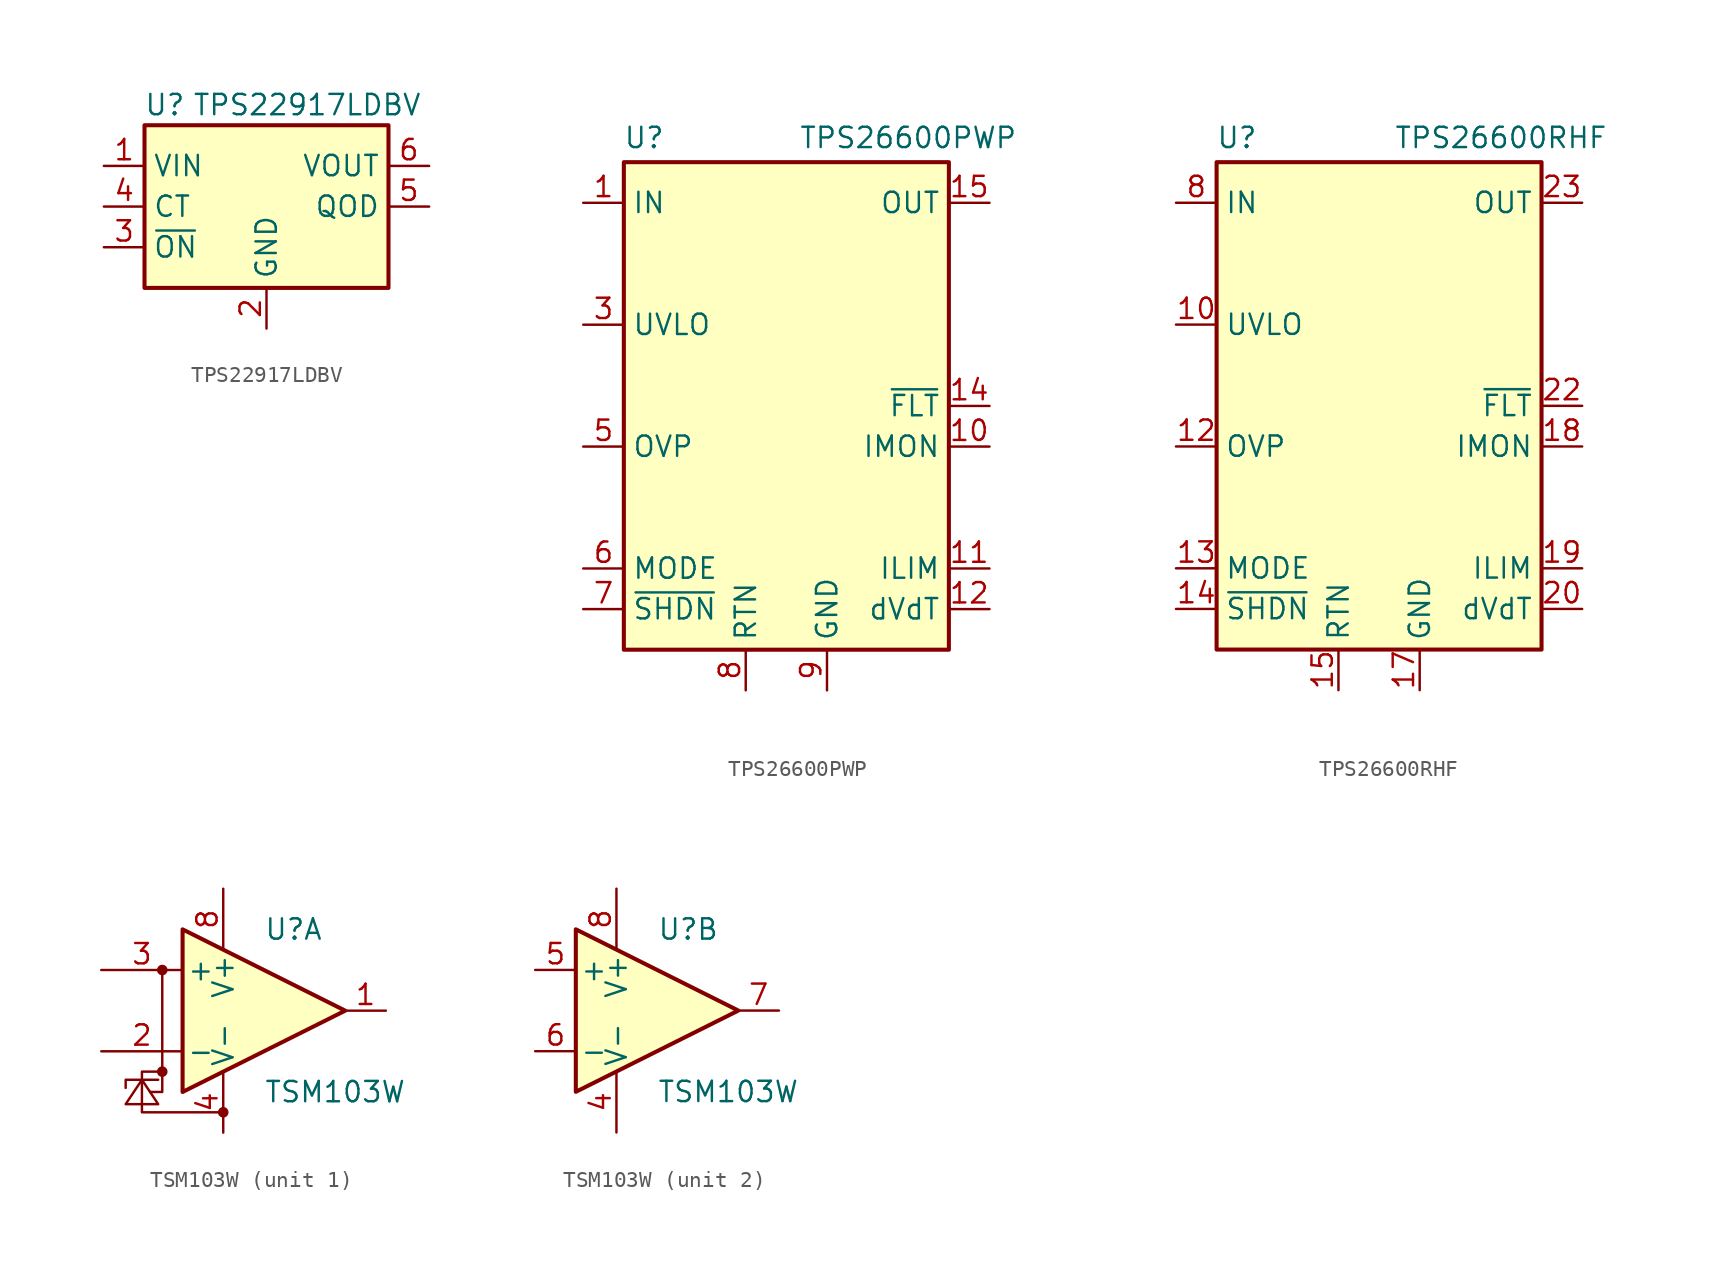
<source format=kicad_sym>
(kicad_symbol_lib
  (version 20241209)
  (generator "kicad_symbol_editor")
  (generator_version "9.0")
  (symbol "TPS22917LDBV"
    (property "Reference" "U"
      (at -6.35 6.35 0)
      (effects (font (size 1.27 1.27))))
    (property "Value" "TPS22917LDBV"
      (at 2.54 6.35 0)
      (effects (font (size 1.27 1.27))))
    (symbol "TPS22917LDBV_0_1"
      (rectangle (start -7.62 5.08) (end 7.62 -5.08) (stroke (width 0.254) (type default)) (fill (type background))))
    (symbol "TPS22917LDBV_1_1"
      (pin power_in line (at -10.16 2.54 0) (length 2.54) (name "VIN" (effects (font (size 1.27 1.27)))) (number "1" (effects (font (size 1.27 1.27)))))
      (pin output line (at -10.16 0 0) (length 2.54) (name "CT" (effects (font (size 1.27 1.27)))) (number "4" (effects (font (size 1.27 1.27)))))
      (pin input line (at -10.16 -2.54 0) (length 2.54) (name "~{ON}" (effects (font (size 1.27 1.27)))) (number "3" (effects (font (size 1.27 1.27)))))
      (pin power_in line (at 0 -7.62 90) (length 2.54) (name "GND" (effects (font (size 1.27 1.27)))) (number "2" (effects (font (size 1.27 1.27)))))
      (pin power_out line (at 10.16 2.54 180) (length 2.54) (name "VOUT" (effects (font (size 1.27 1.27)))) (number "6" (effects (font (size 1.27 1.27)))))
      (pin open_collector line (at 10.16 0 180) (length 2.54) (name "QOD" (effects (font (size 1.27 1.27)))) (number "5" (effects (font (size 1.27 1.27)))))))
  (symbol "TPS26600PWP"
    (property "Reference" "U"
      (at -8.89 16.764 0)
      (effects (font (size 1.27 1.27))))
    (property "Value" "TPS26600PWP"
      (at 7.62 16.764 0)
      (effects (font (size 1.27 1.27))))
    (symbol "TPS26600PWP_0_1"
      (rectangle (start -10.16 15.24) (end 10.16 -15.24) (stroke (width 0.254) (type default)) (fill (type background))))
    (symbol "TPS26600PWP_1_0"
      (pin no_connect line (at -10.16 0 0) (length 2.54) (hide yes) (name "NC" (effects (font (size 1.27 1.27)))) (number "4" (effects (font (size 1.27 1.27)))))
      (pin no_connect line (at 10.16 -8.89 180) (length 2.54) (hide yes) (name "NC" (effects (font (size 1.27 1.27)))) (number "13" (effects (font (size 1.27 1.27))))))
    (symbol "TPS26600PWP_1_1"
      (pin power_in line (at -12.7 12.7 0) (length 2.54) (name "IN" (effects (font (size 1.27 1.27)))) (number "1" (effects (font (size 1.27 1.27)))))
      (pin passive line (at -12.7 12.7 0) (length 2.54) (hide yes) (name "IN" (effects (font (size 1.27 1.27)))) (number "2" (effects (font (size 1.27 1.27)))))
      (pin input line (at -12.7 5.08 0) (length 2.54) (name "UVLO" (effects (font (size 1.27 1.27)))) (number "3" (effects (font (size 1.27 1.27)))))
      (pin input line (at -12.7 -2.54 0) (length 2.54) (name "OVP" (effects (font (size 1.27 1.27)))) (number "5" (effects (font (size 1.27 1.27)))))
      (pin input line (at -12.7 -10.16 0) (length 2.54) (name "MODE" (effects (font (size 1.27 1.27)))) (number "6" (effects (font (size 1.27 1.27)))))
      (pin input line (at -12.7 -12.7 0) (length 2.54) (name "~{SHDN}" (effects (font (size 1.27 1.27)))) (number "7" (effects (font (size 1.27 1.27)))))
      (pin passive line (at -2.54 -17.78 90) (length 2.54) (hide yes) (name "RTN" (effects (font (size 1.27 1.27)))) (number "17" (effects (font (size 1.27 1.27)))))
      (pin passive line (at -2.54 -17.78 90) (length 2.54) (name "RTN" (effects (font (size 1.27 1.27)))) (number "8" (effects (font (size 1.27 1.27)))))
      (pin power_in line (at 2.54 -17.78 90) (length 2.54) (name "GND" (effects (font (size 1.27 1.27)))) (number "9" (effects (font (size 1.27 1.27)))))
      (pin power_out line (at 12.7 12.7 180) (length 2.54) (name "OUT" (effects (font (size 1.27 1.27)))) (number "15" (effects (font (size 1.27 1.27)))))
      (pin passive line (at 12.7 12.7 180) (length 2.54) (hide yes) (name "OUT" (effects (font (size 1.27 1.27)))) (number "16" (effects (font (size 1.27 1.27)))))
      (pin open_collector line (at 12.7 0 180) (length 2.54) (name "~{FLT}" (effects (font (size 1.27 1.27)))) (number "14" (effects (font (size 1.27 1.27)))))
      (pin output line (at 12.7 -2.54 180) (length 2.54) (name "IMON" (effects (font (size 1.27 1.27)))) (number "10" (effects (font (size 1.27 1.27)))))
      (pin passive line (at 12.7 -10.16 180) (length 2.54) (name "ILIM" (effects (font (size 1.27 1.27)))) (number "11" (effects (font (size 1.27 1.27)))))
      (pin passive line (at 12.7 -12.7 180) (length 2.54) (name "dVdT" (effects (font (size 1.27 1.27)))) (number "12" (effects (font (size 1.27 1.27)))))))
  (symbol "TPS26600RHF"
    (property "Reference" "U"
      (at -8.89 16.764 0)
      (effects (font (size 1.27 1.27))))
    (property "Value" "TPS26600RHF"
      (at 7.62 16.764 0)
      (effects (font (size 1.27 1.27))))
    (symbol "TPS26600RHF_0_1"
      (rectangle (start -10.16 15.24) (end 10.16 -15.24) (stroke (width 0.254) (type default)) (fill (type background))))
    (symbol "TPS26600RHF_1_0"
      (pin no_connect line (at -10.16 10.16 0) (length 2.54) (hide yes) (name "NC" (effects (font (size 1.27 1.27)))) (number "5" (effects (font (size 1.27 1.27)))))
      (pin no_connect line (at -10.16 7.62 0) (length 2.54) (hide yes) (name "NC" (effects (font (size 1.27 1.27)))) (number "7" (effects (font (size 1.27 1.27)))))
      (pin no_connect line (at -10.16 2.54 0) (length 2.54) (hide yes) (name "NC" (effects (font (size 1.27 1.27)))) (number "6" (effects (font (size 1.27 1.27)))))
      (pin no_connect line (at -10.16 0 0) (length 2.54) (hide yes) (name "NC" (effects (font (size 1.27 1.27)))) (number "11" (effects (font (size 1.27 1.27)))))
      (pin no_connect line (at 0 -15.24 90) (length 2.54) (hide yes) (name "NC" (effects (font (size 1.27 1.27)))) (number "16" (effects (font (size 1.27 1.27)))))
      (pin no_connect line (at 10.16 10.16 180) (length 2.54) (hide yes) (name "NC" (effects (font (size 1.27 1.27)))) (number "1" (effects (font (size 1.27 1.27)))))
      (pin no_connect line (at 10.16 7.62 180) (length 2.54) (hide yes) (name "NC" (effects (font (size 1.27 1.27)))) (number "2" (effects (font (size 1.27 1.27)))))
      (pin no_connect line (at 10.16 5.08 180) (length 2.54) (hide yes) (name "NC" (effects (font (size 1.27 1.27)))) (number "3" (effects (font (size 1.27 1.27)))))
      (pin no_connect line (at 10.16 2.54 180) (length 2.54) (hide yes) (name "NC" (effects (font (size 1.27 1.27)))) (number "4" (effects (font (size 1.27 1.27)))))
      (pin no_connect line (at 10.16 -5.08 180) (length 2.54) (hide yes) (name "NC" (effects (font (size 1.27 1.27)))) (number "21" (effects (font (size 1.27 1.27))))))
    (symbol "TPS26600RHF_1_1"
      (pin power_in line (at -12.7 12.7 0) (length 2.54) (name "IN" (effects (font (size 1.27 1.27)))) (number "8" (effects (font (size 1.27 1.27)))))
      (pin passive line (at -12.7 12.7 0) (length 2.54) (hide yes) (name "IN" (effects (font (size 1.27 1.27)))) (number "9" (effects (font (size 1.27 1.27)))))
      (pin input line (at -12.7 5.08 0) (length 2.54) (name "UVLO" (effects (font (size 1.27 1.27)))) (number "10" (effects (font (size 1.27 1.27)))))
      (pin input line (at -12.7 -2.54 0) (length 2.54) (name "OVP" (effects (font (size 1.27 1.27)))) (number "12" (effects (font (size 1.27 1.27)))))
      (pin input line (at -12.7 -10.16 0) (length 2.54) (name "MODE" (effects (font (size 1.27 1.27)))) (number "13" (effects (font (size 1.27 1.27)))))
      (pin input line (at -12.7 -12.7 0) (length 2.54) (name "~{SHDN}" (effects (font (size 1.27 1.27)))) (number "14" (effects (font (size 1.27 1.27)))))
      (pin passive line (at -2.54 -17.78 90) (length 2.54) (name "RTN" (effects (font (size 1.27 1.27)))) (number "15" (effects (font (size 1.27 1.27)))))
      (pin passive line (at -2.54 -17.78 90) (length 2.54) (hide yes) (name "RTN" (effects (font (size 1.27 1.27)))) (number "25" (effects (font (size 1.27 1.27)))))
      (pin power_in line (at 2.54 -17.78 90) (length 2.54) (name "GND" (effects (font (size 1.27 1.27)))) (number "17" (effects (font (size 1.27 1.27)))))
      (pin power_out line (at 12.7 12.7 180) (length 2.54) (name "OUT" (effects (font (size 1.27 1.27)))) (number "23" (effects (font (size 1.27 1.27)))))
      (pin passive line (at 12.7 12.7 180) (length 2.54) (hide yes) (name "OUT" (effects (font (size 1.27 1.27)))) (number "24" (effects (font (size 1.27 1.27)))))
      (pin open_collector line (at 12.7 0 180) (length 2.54) (name "~{FLT}" (effects (font (size 1.27 1.27)))) (number "22" (effects (font (size 1.27 1.27)))))
      (pin output line (at 12.7 -2.54 180) (length 2.54) (name "IMON" (effects (font (size 1.27 1.27)))) (number "18" (effects (font (size 1.27 1.27)))))
      (pin passive line (at 12.7 -10.16 180) (length 2.54) (name "ILIM" (effects (font (size 1.27 1.27)))) (number "19" (effects (font (size 1.27 1.27)))))
      (pin passive line (at 12.7 -12.7 180) (length 2.54) (name "dVdT" (effects (font (size 1.27 1.27)))) (number "20" (effects (font (size 1.27 1.27)))))))
  (symbol "TSM103W"
    (pin_names
      (offset 0.254))
    (property "Reference" "U"
      (at 0 5.08 0)
      (effects (font (size 1.27 1.27)) (justify left)))
    (property "Value" "TSM103W"
      (at 0 -5.08 0)
      (effects (font (size 1.27 1.27)) (justify left)))
    (symbol "TSM103W_0_1"
      (polyline (pts (xy -5.08 5.08) (xy 5.08 0) (xy -5.08 -5.08) (xy -5.08 5.08)) (stroke (width 0.254) (type default)) (fill (type background)))
      (pin power_in line (at -2.54 7.62 270) (length 3.81) (name "V+" (effects (font (size 1.27 1.27)))) (number "8" (effects (font (size 1.27 1.27)))))
      (pin power_in line (at -2.54 -7.62 90) (length 3.81) (name "V-" (effects (font (size 1.27 1.27)))) (number "4" (effects (font (size 1.27 1.27))))))
    (symbol "TSM103W_1_1"
      (polyline (pts (xy -8.636 -4.826) (xy -8.636 -4.318) (xy -6.604 -4.318)) (stroke (width 0) (type default)) (fill (type none)))
      (polyline (pts (xy -8.636 -5.842) (xy -7.62 -4.318) (xy -6.604 -5.842) (xy -8.636 -5.842)) (stroke (width 0) (type default)) (fill (type none)))
      (polyline (pts (xy -7.112 -5.08) (xy -6.35 -5.08) (xy -6.35 2.54)) (stroke (width 0) (type default)) (fill (type none)))
      (circle (center -6.35 2.54) (radius 0.254) (stroke (width 0) (type default)) (fill (type outline)))
      (circle (center -6.35 -3.81) (radius 0.254) (stroke (width 0) (type default)) (fill (type outline)))
      (polyline (pts (xy -6.35 -3.81) (xy -7.62 -3.81) (xy -7.62 -6.35) (xy -2.54 -6.35)) (stroke (width 0) (type default)) (fill (type none)))
      (circle (center -2.54 -6.35) (radius 0.254) (stroke (width 0) (type default)) (fill (type outline)))
      (pin input line (at -10.16 2.54 0) (length 5.08) (name "+" (effects (font (size 1.27 1.27)))) (number "3" (effects (font (size 1.27 1.27)))))
      (pin input line (at -10.16 -2.54 0) (length 5.08) (name "-" (effects (font (size 1.27 1.27)))) (number "2" (effects (font (size 1.27 1.27)))))
      (pin output line (at 7.62 0 180) (length 2.54) (name "~" (effects (font (size 1.27 1.27)))) (number "1" (effects (font (size 1.27 1.27))))))
    (symbol "TSM103W_2_1"
      (pin input line (at -7.62 2.54 0) (length 2.54) (name "+" (effects (font (size 1.27 1.27)))) (number "5" (effects (font (size 1.27 1.27)))))
      (pin input line (at -7.62 -2.54 0) (length 2.54) (name "-" (effects (font (size 1.27 1.27)))) (number "6" (effects (font (size 1.27 1.27)))))
      (pin output line (at 7.62 0 180) (length 2.54) (name "~" (effects (font (size 1.27 1.27)))) (number "7" (effects (font (size 1.27 1.27))))))))
</source>
